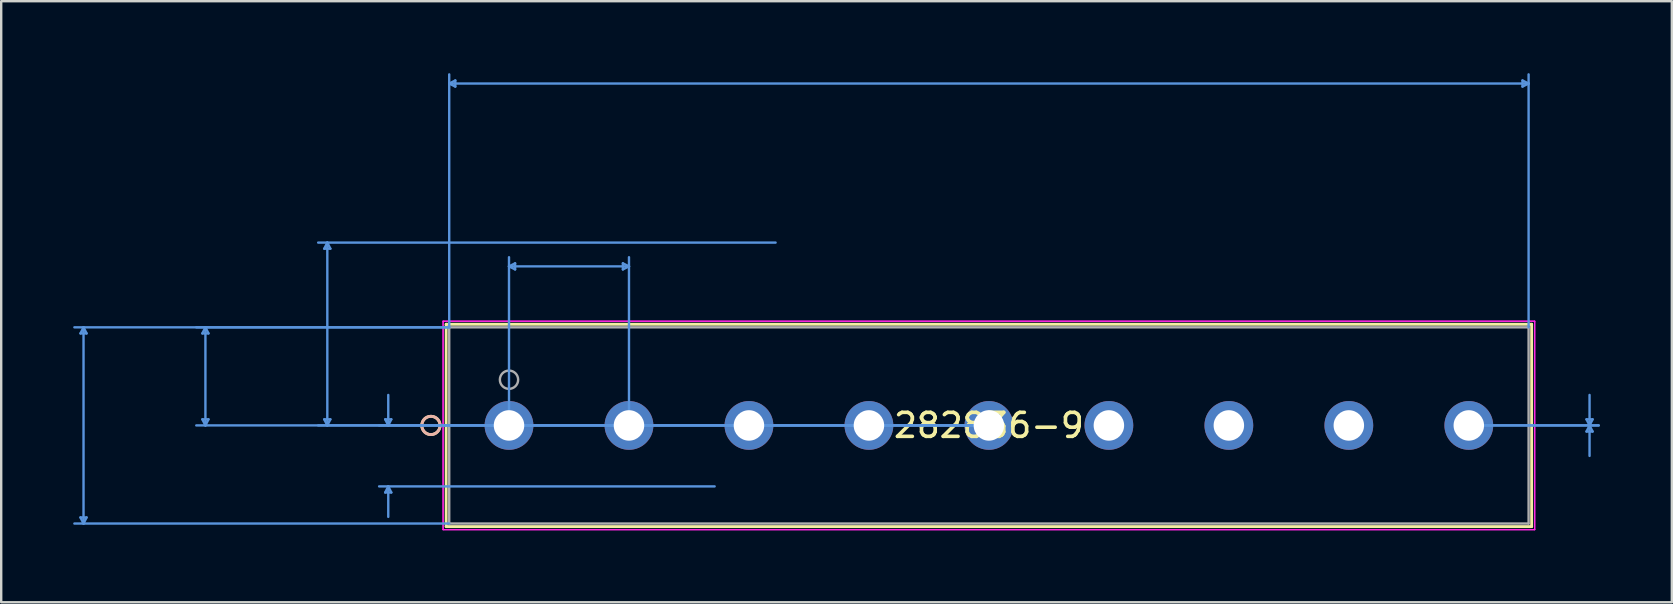
<source format=kicad_pcb>
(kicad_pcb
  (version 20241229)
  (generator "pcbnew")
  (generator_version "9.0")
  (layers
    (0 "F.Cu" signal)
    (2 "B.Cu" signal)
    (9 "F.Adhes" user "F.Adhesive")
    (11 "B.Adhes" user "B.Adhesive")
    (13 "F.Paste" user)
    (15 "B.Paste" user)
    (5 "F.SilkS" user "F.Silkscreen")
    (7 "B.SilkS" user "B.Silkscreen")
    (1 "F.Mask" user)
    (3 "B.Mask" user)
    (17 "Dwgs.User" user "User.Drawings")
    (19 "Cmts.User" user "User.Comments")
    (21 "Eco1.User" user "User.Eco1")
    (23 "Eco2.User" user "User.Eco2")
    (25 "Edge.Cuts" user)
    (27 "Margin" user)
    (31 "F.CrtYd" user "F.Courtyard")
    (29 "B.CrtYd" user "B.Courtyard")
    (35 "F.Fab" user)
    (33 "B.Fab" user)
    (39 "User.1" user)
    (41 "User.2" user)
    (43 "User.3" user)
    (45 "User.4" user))
  (footprint "282836-9"
    (layer "F.Cu")
    (at 18.163 14.68)
    (property "Reference" "282836-9" (at 20 0 0) (layer "F.SilkS") (effects (font (size 1 1) (thickness 0.15))))
    (attr through_hole)
    (fp_line (start -2.619 -4.216) (end -2.619 4.216) (stroke (width 0.12) (type solid)) (layer "F.SilkS"))
    (fp_line (start -2.619 4.216) (end 42.619 4.216) (stroke (width 0.12) (type solid)) (layer "F.SilkS"))
    (fp_line (start 42.619 -4.216) (end -2.619 -4.216) (stroke (width 0.12) (type solid)) (layer "F.SilkS"))
    (fp_line (start 42.619 4.216) (end 42.619 -4.216) (stroke (width 0.12) (type solid)) (layer "F.SilkS"))
    (fp_circle (center -3.254 0) (end -2.873 0) (stroke (width 0.12) (type solid)) (fill no) (layer "F.SilkS"))
    (fp_circle (center -3.254 0) (end -2.873 0) (stroke (width 0.12) (type solid)) (fill no) (layer "B.SilkS"))
    (fp_line (start -17.859 -3.835) (end -17.605 -3.835) (stroke (width 0.1) (type solid)) (layer "Cmts.User"))
    (fp_line (start -17.859 3.835) (end -17.605 3.835) (stroke (width 0.1) (type solid)) (layer "Cmts.User"))
    (fp_line (start -17.732 -4.089) (end -17.859 -3.835) (stroke (width 0.1) (type solid)) (layer "Cmts.User"))
    (fp_line (start -17.732 -4.089) (end -17.732 4.089) (stroke (width 0.1) (type solid)) (layer "Cmts.User"))
    (fp_line (start -17.732 -4.089) (end -17.605 -3.835) (stroke (width 0.1) (type solid)) (layer "Cmts.User"))
    (fp_line (start -17.732 4.089) (end -17.859 3.835) (stroke (width 0.1) (type solid)) (layer "Cmts.User"))
    (fp_line (start -17.732 4.089) (end -17.605 3.835) (stroke (width 0.1) (type solid)) (layer "Cmts.User"))
    (fp_line (start -12.779 -3.835) (end -12.525 -3.835) (stroke (width 0.1) (type solid)) (layer "Cmts.User"))
    (fp_line (start -12.779 -0.254) (end -12.525 -0.254) (stroke (width 0.1) (type solid)) (layer "Cmts.User"))
    (fp_line (start -12.652 -4.089) (end -12.779 -3.835) (stroke (width 0.1) (type solid)) (layer "Cmts.User"))
    (fp_line (start -12.652 -4.089) (end -12.652 0) (stroke (width 0.1) (type solid)) (layer "Cmts.User"))
    (fp_line (start -12.652 -4.089) (end -12.525 -3.835) (stroke (width 0.1) (type solid)) (layer "Cmts.User"))
    (fp_line (start -12.652 0) (end -12.779 -0.254) (stroke (width 0.1) (type solid)) (layer "Cmts.User"))
    (fp_line (start -12.652 0) (end -12.525 -0.254) (stroke (width 0.1) (type solid)) (layer "Cmts.User"))
    (fp_line (start -7.699 -7.366) (end -7.445 -7.366) (stroke (width 0.1) (type solid)) (layer "Cmts.User"))
    (fp_line (start -7.699 -0.254) (end -7.445 -0.254) (stroke (width 0.1) (type solid)) (layer "Cmts.User"))
    (fp_line (start -7.572 -7.62) (end -7.699 -7.366) (stroke (width 0.1) (type solid)) (layer "Cmts.User"))
    (fp_line (start -7.572 -7.62) (end -7.572 0) (stroke (width 0.1) (type solid)) (layer "Cmts.User"))
    (fp_line (start -7.572 -7.62) (end -7.445 -7.366) (stroke (width 0.1) (type solid)) (layer "Cmts.User"))
    (fp_line (start -7.572 0) (end -7.699 -0.254) (stroke (width 0.1) (type solid)) (layer "Cmts.User"))
    (fp_line (start -7.572 0) (end -7.445 -0.254) (stroke (width 0.1) (type solid)) (layer "Cmts.User"))
    (fp_line (start -5.159 -0.254) (end -4.905 -0.254) (stroke (width 0.1) (type solid)) (layer "Cmts.User"))
    (fp_line (start -5.159 2.794) (end -4.905 2.794) (stroke (width 0.1) (type solid)) (layer "Cmts.User"))
    (fp_line (start -5.032 0) (end -5.159 -0.254) (stroke (width 0.1) (type solid)) (layer "Cmts.User"))
    (fp_line (start -5.032 0) (end -5.032 -1.27) (stroke (width 0.1) (type solid)) (layer "Cmts.User"))
    (fp_line (start -5.032 0) (end -4.905 -0.254) (stroke (width 0.1) (type solid)) (layer "Cmts.User"))
    (fp_line (start -5.032 2.54) (end -5.159 2.794) (stroke (width 0.1) (type solid)) (layer "Cmts.User"))
    (fp_line (start -5.032 2.54) (end -5.032 3.81) (stroke (width 0.1) (type solid)) (layer "Cmts.User"))
    (fp_line (start -5.032 2.54) (end -4.905 2.794) (stroke (width 0.1) (type solid)) (layer "Cmts.User"))
    (fp_line (start -2.492 -14.249) (end -2.238 -14.376) (stroke (width 0.1) (type solid)) (layer "Cmts.User"))
    (fp_line (start -2.492 -14.249) (end -2.238 -14.122) (stroke (width 0.1) (type solid)) (layer "Cmts.User"))
    (fp_line (start -2.492 -14.249) (end 42.492 -14.249) (stroke (width 0.1) (type solid)) (layer "Cmts.User"))
    (fp_line (start -2.492 -4.089) (end -18.113 -4.089) (stroke (width 0.1) (type solid)) (layer "Cmts.User"))
    (fp_line (start -2.492 -4.089) (end -13.033 -4.089) (stroke (width 0.1) (type solid)) (layer "Cmts.User"))
    (fp_line (start -2.492 -4.089) (end -2.492 -14.63) (stroke (width 0.1) (type solid)) (layer "Cmts.User"))
    (fp_line (start -2.492 4.089) (end -18.113 4.089) (stroke (width 0.1) (type solid)) (layer "Cmts.User"))
    (fp_line (start -2.238 -14.376) (end -2.238 -14.122) (stroke (width 0.1) (type solid)) (layer "Cmts.User"))
    (fp_line (start 0 -6.629) (end 0.254 -6.756) (stroke (width 0.1) (type solid)) (layer "Cmts.User"))
    (fp_line (start 0 -6.629) (end 0.254 -6.502) (stroke (width 0.1) (type solid)) (layer "Cmts.User"))
    (fp_line (start 0 -6.629) (end 5 -6.629) (stroke (width 0.1) (type solid)) (layer "Cmts.User"))
    (fp_line (start 0 0) (end 0 -7.01) (stroke (width 0.1) (type solid)) (layer "Cmts.User"))
    (fp_line (start 0.254 -6.756) (end 0.254 -6.502) (stroke (width 0.1) (type solid)) (layer "Cmts.User"))
    (fp_line (start 4.746 -6.756) (end 4.746 -6.502) (stroke (width 0.1) (type solid)) (layer "Cmts.User"))
    (fp_line (start 5 -6.629) (end 4.746 -6.756) (stroke (width 0.1) (type solid)) (layer "Cmts.User"))
    (fp_line (start 5 -6.629) (end 4.746 -6.502) (stroke (width 0.1) (type solid)) (layer "Cmts.User"))
    (fp_line (start 5 0) (end 5 -7.01) (stroke (width 0.1) (type solid)) (layer "Cmts.User"))
    (fp_line (start 8.57 2.54) (end -5.413 2.54) (stroke (width 0.1) (type solid)) (layer "Cmts.User"))
    (fp_line (start 11.11 -7.62) (end -7.953 -7.62) (stroke (width 0.1) (type solid)) (layer "Cmts.User"))
    (fp_line (start 20 0) (end -13.033 0) (stroke (width 0.1) (type solid)) (layer "Cmts.User"))
    (fp_line (start 20 0) (end -7.953 0) (stroke (width 0.1) (type solid)) (layer "Cmts.User"))
    (fp_line (start 20 0) (end -5.413 0) (stroke (width 0.1) (type solid)) (layer "Cmts.User"))
    (fp_line (start 40 0) (end 45.413 0) (stroke (width 0.1) (type solid)) (layer "Cmts.User"))
    (fp_line (start 40 0) (end 45.413 0) (stroke (width 0.1) (type solid)) (layer "Cmts.User"))
    (fp_line (start 42.238 -14.376) (end 42.238 -14.122) (stroke (width 0.1) (type solid)) (layer "Cmts.User"))
    (fp_line (start 42.492 -14.249) (end 42.238 -14.376) (stroke (width 0.1) (type solid)) (layer "Cmts.User"))
    (fp_line (start 42.492 -14.249) (end 42.238 -14.122) (stroke (width 0.1) (type solid)) (layer "Cmts.User"))
    (fp_line (start 42.492 -4.089) (end 42.492 -14.63) (stroke (width 0.1) (type solid)) (layer "Cmts.User"))
    (fp_line (start 44.905 -0.254) (end 45.159 -0.254) (stroke (width 0.1) (type solid)) (layer "Cmts.User"))
    (fp_line (start 44.905 0.254) (end 45.159 0.254) (stroke (width 0.1) (type solid)) (layer "Cmts.User"))
    (fp_line (start 45.032 0) (end 44.905 -0.254) (stroke (width 0.1) (type solid)) (layer "Cmts.User"))
    (fp_line (start 45.032 0) (end 44.905 0.254) (stroke (width 0.1) (type solid)) (layer "Cmts.User"))
    (fp_line (start 45.032 0) (end 45.032 -1.27) (stroke (width 0.1) (type solid)) (layer "Cmts.User"))
    (fp_line (start 45.032 0) (end 45.032 1.27) (stroke (width 0.1) (type solid)) (layer "Cmts.User"))
    (fp_line (start 45.032 0) (end 45.159 -0.254) (stroke (width 0.1) (type solid)) (layer "Cmts.User"))
    (fp_line (start 45.032 0) (end 45.159 0.254) (stroke (width 0.1) (type solid)) (layer "Cmts.User"))
    (fp_line (start -2.746 -4.343) (end -2.746 4.343) (stroke (width 0.05) (type solid)) (layer "F.CrtYd"))
    (fp_line (start -2.746 -4.343) (end -2.746 4.343) (stroke (width 0.05) (type solid)) (layer "F.CrtYd"))
    (fp_line (start -2.746 4.343) (end 42.746 4.343) (stroke (width 0.05) (type solid)) (layer "F.CrtYd"))
    (fp_line (start -2.746 4.343) (end 42.746 4.343) (stroke (width 0.05) (type solid)) (layer "F.CrtYd"))
    (fp_line (start 42.746 -4.343) (end -2.746 -4.343) (stroke (width 0.05) (type solid)) (layer "F.CrtYd"))
    (fp_line (start 42.746 -4.343) (end -2.746 -4.343) (stroke (width 0.05) (type solid)) (layer "F.CrtYd"))
    (fp_line (start 42.746 4.343) (end 42.746 -4.343) (stroke (width 0.05) (type solid)) (layer "F.CrtYd"))
    (fp_line (start 42.746 4.343) (end 42.746 -4.343) (stroke (width 0.05) (type solid)) (layer "F.CrtYd"))
    (fp_line (start -2.492 -4.089) (end -2.492 4.089) (stroke (width 0.1) (type solid)) (layer "F.Fab"))
    (fp_line (start -2.492 4.089) (end 42.492 4.089) (stroke (width 0.1) (type solid)) (layer "F.Fab"))
    (fp_line (start 42.492 -4.089) (end -2.492 -4.089) (stroke (width 0.1) (type solid)) (layer "F.Fab"))
    (fp_line (start 42.492 4.089) (end 42.492 -4.089) (stroke (width 0.1) (type solid)) (layer "F.Fab"))
    (fp_circle (center 0 -1.905) (end 0.381 -1.905) (stroke (width 0.1) (type solid)) (fill no) (layer "F.Fab"))
    (fp_text user "*" (at 0 0 0) (layer "F.SilkS") (effects (font (size 1 1) (thickness 0.15))))
    (fp_text user "Copyright 2021 Accelerated Designs. All rights reserved." (at 0 0 0) (layer "Cmts.User") (effects (font (size 0.127 0.127) (thickness 0.002))))
    (fp_text user "*" (at 0 0 0) (layer "F.Fab") (effects (font (size 1 1) (thickness 0.15))))
    (pad "1" thru_hole circle (at 0 0) (size 2.032 2.032) (drill 1.27) (layers "*.Cu" "*.Mask"))
    (pad "2" thru_hole circle (at 5 0) (size 2.032 2.032) (drill 1.27) (layers "*.Cu" "*.Mask"))
    (pad "3" thru_hole circle (at 10 0) (size 2.032 2.032) (drill 1.27) (layers "*.Cu" "*.Mask"))
    (pad "4" thru_hole circle (at 15 0) (size 2.032 2.032) (drill 1.27) (layers "*.Cu" "*.Mask"))
    (pad "5" thru_hole circle (at 20 0) (size 2.032 2.032) (drill 1.27) (layers "*.Cu" "*.Mask"))
    (pad "6" thru_hole circle (at 25 0) (size 2.032 2.032) (drill 1.27) (layers "*.Cu" "*.Mask"))
    (pad "7" thru_hole circle (at 30 0) (size 2.032 2.032) (drill 1.27) (layers "*.Cu" "*.Mask"))
    (pad "8" thru_hole circle (at 35 0) (size 2.032 2.032) (drill 1.27) (layers "*.Cu" "*.Mask"))
    (pad "9" thru_hole circle (at 40 0) (size 2.032 2.032) (drill 1.27) (layers "*.Cu" "*.Mask")))
  (gr_rect
    (start -3 -3)
    (end 66.625 22.049)
    (stroke (width 0.1) (type default))
    (fill no)
    (layer "Edge.Cuts")))
</source>
